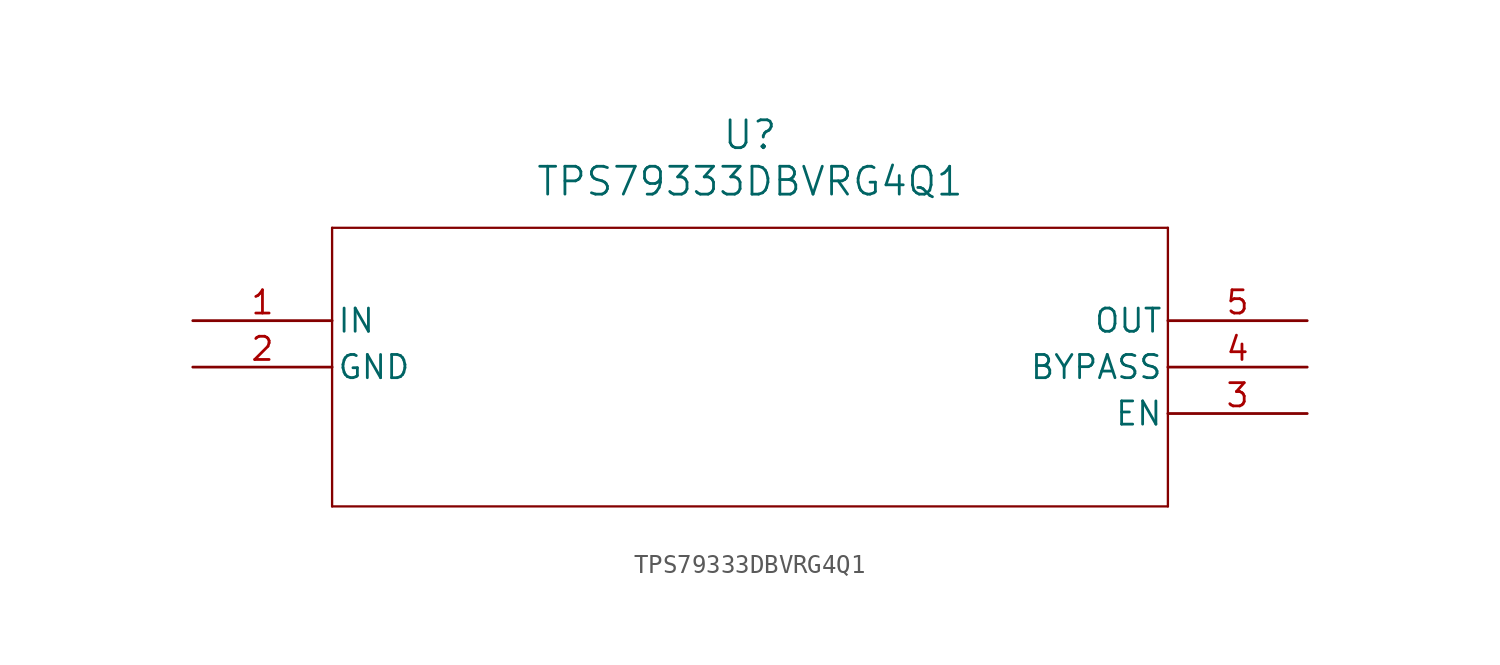
<source format=kicad_sym>
(kicad_symbol_lib
  (version 20211014)
  (generator kicad_symbol_editor)
  (symbol "TPS79333DBVRG4Q1"
    (pin_names
      (offset 0.254))
    (property "Reference" "U"
      (at 30.48 10.16 0)
      (effects (font (size 1.524 1.524))))
    (property "Value" "TPS79333DBVRG4Q1"
      (at 30.48 7.62 0)
      (effects (font (size 1.524 1.524))))
    (symbol "TPS79333DBVRG4Q1_0_1"
      (polyline (pts (xy 7.62 5.08) (xy 7.62 -10.16)) (stroke (width 0.127) (type default) (color 0 0 0 0)) (fill (type none)))
      (polyline (pts (xy 7.62 -10.16) (xy 53.34 -10.16)) (stroke (width 0.127) (type default) (color 0 0 0 0)) (fill (type none)))
      (polyline (pts (xy 53.34 -10.16) (xy 53.34 5.08)) (stroke (width 0.127) (type default) (color 0 0 0 0)) (fill (type none)))
      (polyline (pts (xy 53.34 5.08) (xy 7.62 5.08)) (stroke (width 0.127) (type default) (color 0 0 0 0)) (fill (type none)))
      (pin input line (at 0 0 0) (length 7.62) (name "IN" (effects (font (size 1.27 1.27)))) (number "1" (effects (font (size 1.27 1.27)))))
      (pin power_in line (at 0 -2.54 0) (length 7.62) (name "GND" (effects (font (size 1.27 1.27)))) (number "2" (effects (font (size 1.27 1.27)))))
      (pin input line (at 60.96 -5.08 180) (length 7.62) (name "EN" (effects (font (size 1.27 1.27)))) (number "3" (effects (font (size 1.27 1.27)))))
      (pin unspecified line (at 60.96 -2.54 180) (length 7.62) (name "BYPASS" (effects (font (size 1.27 1.27)))) (number "4" (effects (font (size 1.27 1.27)))))
      (pin output line (at 60.96 0 180) (length 7.62) (name "OUT" (effects (font (size 1.27 1.27)))) (number "5" (effects (font (size 1.27 1.27))))))))
</source>
